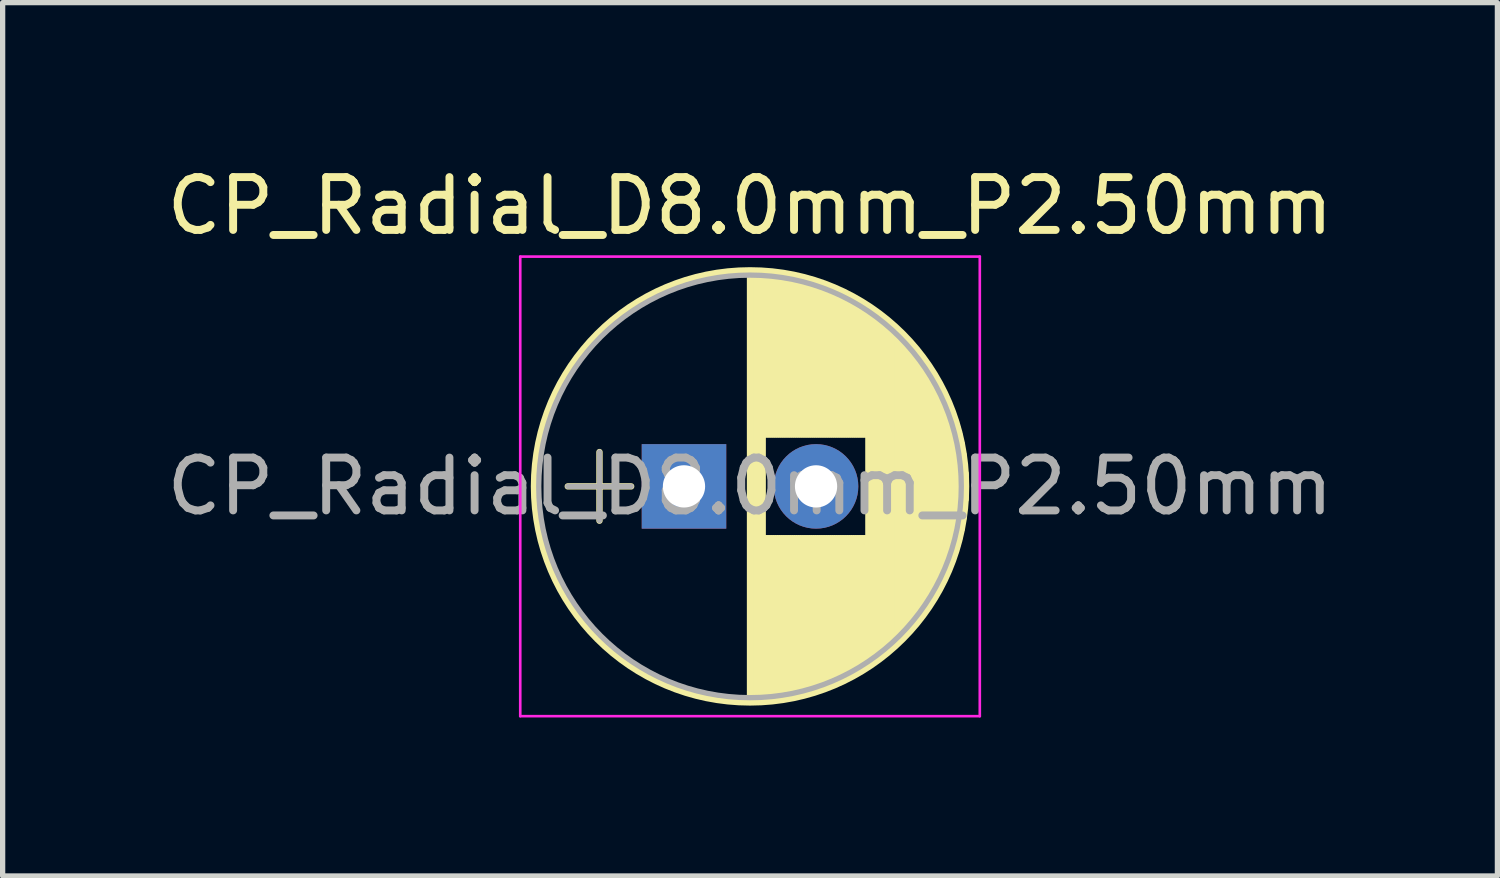
<source format=kicad_pcb>
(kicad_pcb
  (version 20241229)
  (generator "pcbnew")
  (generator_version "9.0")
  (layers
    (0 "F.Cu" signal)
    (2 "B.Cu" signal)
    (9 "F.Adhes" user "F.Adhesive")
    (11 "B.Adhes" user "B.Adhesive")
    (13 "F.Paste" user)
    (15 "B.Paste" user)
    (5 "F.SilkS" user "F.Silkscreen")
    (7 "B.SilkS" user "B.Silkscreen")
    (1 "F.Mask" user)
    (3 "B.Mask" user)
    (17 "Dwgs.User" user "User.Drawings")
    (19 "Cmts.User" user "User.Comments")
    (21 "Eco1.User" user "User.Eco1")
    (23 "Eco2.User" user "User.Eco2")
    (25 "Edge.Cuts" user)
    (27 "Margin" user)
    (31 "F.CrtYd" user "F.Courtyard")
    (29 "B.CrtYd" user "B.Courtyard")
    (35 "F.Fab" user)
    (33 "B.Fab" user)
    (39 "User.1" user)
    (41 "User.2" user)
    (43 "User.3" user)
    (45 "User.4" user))
  (footprint "CP_Radial_D8.0mm_P2.50mm"
    (layer "F.Cu")
    (at 9.899 6.158)
    (property "Reference" "CP_Radial_D8.0mm_P2.50mm" (at 1.25 -5.31 0) (layer "F.SilkS") (effects (font (size 1 1) (thickness 0.15))))
    (attr through_hole)
    (fp_line (start -2.2 0) (end -1 0) (stroke (width 0.12) (type solid)) (layer "F.SilkS"))
    (fp_line (start -1.6 -0.65) (end -1.6 0.65) (stroke (width 0.12) (type solid)) (layer "F.SilkS"))
    (fp_line (start 1.25 -4.05) (end 1.25 4.05) (stroke (width 0.12) (type solid)) (layer "F.SilkS"))
    (fp_line (start 1.29 -4.05) (end 1.29 4.05) (stroke (width 0.12) (type solid)) (layer "F.SilkS"))
    (fp_line (start 1.33 -4.05) (end 1.33 4.05) (stroke (width 0.12) (type solid)) (layer "F.SilkS"))
    (fp_line (start 1.37 -4.049) (end 1.37 4.049) (stroke (width 0.12) (type solid)) (layer "F.SilkS"))
    (fp_line (start 1.41 -4.047) (end 1.41 4.047) (stroke (width 0.12) (type solid)) (layer "F.SilkS"))
    (fp_line (start 1.45 -4.046) (end 1.45 4.046) (stroke (width 0.12) (type solid)) (layer "F.SilkS"))
    (fp_line (start 1.49 -4.043) (end 1.49 4.043) (stroke (width 0.12) (type solid)) (layer "F.SilkS"))
    (fp_line (start 1.53 -4.041) (end 1.53 -0.98) (stroke (width 0.12) (type solid)) (layer "F.SilkS"))
    (fp_line (start 1.53 0.98) (end 1.53 4.041) (stroke (width 0.12) (type solid)) (layer "F.SilkS"))
    (fp_line (start 1.57 -4.038) (end 1.57 -0.98) (stroke (width 0.12) (type solid)) (layer "F.SilkS"))
    (fp_line (start 1.57 0.98) (end 1.57 4.038) (stroke (width 0.12) (type solid)) (layer "F.SilkS"))
    (fp_line (start 1.61 -4.035) (end 1.61 -0.98) (stroke (width 0.12) (type solid)) (layer "F.SilkS"))
    (fp_line (start 1.61 0.98) (end 1.61 4.035) (stroke (width 0.12) (type solid)) (layer "F.SilkS"))
    (fp_line (start 1.65 -4.031) (end 1.65 -0.98) (stroke (width 0.12) (type solid)) (layer "F.SilkS"))
    (fp_line (start 1.65 0.98) (end 1.65 4.031) (stroke (width 0.12) (type solid)) (layer "F.SilkS"))
    (fp_line (start 1.69 -4.027) (end 1.69 -0.98) (stroke (width 0.12) (type solid)) (layer "F.SilkS"))
    (fp_line (start 1.69 0.98) (end 1.69 4.027) (stroke (width 0.12) (type solid)) (layer "F.SilkS"))
    (fp_line (start 1.73 -4.022) (end 1.73 -0.98) (stroke (width 0.12) (type solid)) (layer "F.SilkS"))
    (fp_line (start 1.73 0.98) (end 1.73 4.022) (stroke (width 0.12) (type solid)) (layer "F.SilkS"))
    (fp_line (start 1.77 -4.017) (end 1.77 -0.98) (stroke (width 0.12) (type solid)) (layer "F.SilkS"))
    (fp_line (start 1.77 0.98) (end 1.77 4.017) (stroke (width 0.12) (type solid)) (layer "F.SilkS"))
    (fp_line (start 1.81 -4.012) (end 1.81 -0.98) (stroke (width 0.12) (type solid)) (layer "F.SilkS"))
    (fp_line (start 1.81 0.98) (end 1.81 4.012) (stroke (width 0.12) (type solid)) (layer "F.SilkS"))
    (fp_line (start 1.85 -4.006) (end 1.85 -0.98) (stroke (width 0.12) (type solid)) (layer "F.SilkS"))
    (fp_line (start 1.85 0.98) (end 1.85 4.006) (stroke (width 0.12) (type solid)) (layer "F.SilkS"))
    (fp_line (start 1.89 -4) (end 1.89 -0.98) (stroke (width 0.12) (type solid)) (layer "F.SilkS"))
    (fp_line (start 1.89 0.98) (end 1.89 4) (stroke (width 0.12) (type solid)) (layer "F.SilkS"))
    (fp_line (start 1.93 -3.994) (end 1.93 -0.98) (stroke (width 0.12) (type solid)) (layer "F.SilkS"))
    (fp_line (start 1.93 0.98) (end 1.93 3.994) (stroke (width 0.12) (type solid)) (layer "F.SilkS"))
    (fp_line (start 1.971 -3.987) (end 1.971 -0.98) (stroke (width 0.12) (type solid)) (layer "F.SilkS"))
    (fp_line (start 1.971 0.98) (end 1.971 3.987) (stroke (width 0.12) (type solid)) (layer "F.SilkS"))
    (fp_line (start 2.011 -3.979) (end 2.011 -0.98) (stroke (width 0.12) (type solid)) (layer "F.SilkS"))
    (fp_line (start 2.011 0.98) (end 2.011 3.979) (stroke (width 0.12) (type solid)) (layer "F.SilkS"))
    (fp_line (start 2.051 -3.971) (end 2.051 -0.98) (stroke (width 0.12) (type solid)) (layer "F.SilkS"))
    (fp_line (start 2.051 0.98) (end 2.051 3.971) (stroke (width 0.12) (type solid)) (layer "F.SilkS"))
    (fp_line (start 2.091 -3.963) (end 2.091 -0.98) (stroke (width 0.12) (type solid)) (layer "F.SilkS"))
    (fp_line (start 2.091 0.98) (end 2.091 3.963) (stroke (width 0.12) (type solid)) (layer "F.SilkS"))
    (fp_line (start 2.131 -3.955) (end 2.131 -0.98) (stroke (width 0.12) (type solid)) (layer "F.SilkS"))
    (fp_line (start 2.131 0.98) (end 2.131 3.955) (stroke (width 0.12) (type solid)) (layer "F.SilkS"))
    (fp_line (start 2.171 -3.946) (end 2.171 -0.98) (stroke (width 0.12) (type solid)) (layer "F.SilkS"))
    (fp_line (start 2.171 0.98) (end 2.171 3.946) (stroke (width 0.12) (type solid)) (layer "F.SilkS"))
    (fp_line (start 2.211 -3.936) (end 2.211 -0.98) (stroke (width 0.12) (type solid)) (layer "F.SilkS"))
    (fp_line (start 2.211 0.98) (end 2.211 3.936) (stroke (width 0.12) (type solid)) (layer "F.SilkS"))
    (fp_line (start 2.251 -3.926) (end 2.251 -0.98) (stroke (width 0.12) (type solid)) (layer "F.SilkS"))
    (fp_line (start 2.251 0.98) (end 2.251 3.926) (stroke (width 0.12) (type solid)) (layer "F.SilkS"))
    (fp_line (start 2.291 -3.916) (end 2.291 -0.98) (stroke (width 0.12) (type solid)) (layer "F.SilkS"))
    (fp_line (start 2.291 0.98) (end 2.291 3.916) (stroke (width 0.12) (type solid)) (layer "F.SilkS"))
    (fp_line (start 2.331 -3.905) (end 2.331 -0.98) (stroke (width 0.12) (type solid)) (layer "F.SilkS"))
    (fp_line (start 2.331 0.98) (end 2.331 3.905) (stroke (width 0.12) (type solid)) (layer "F.SilkS"))
    (fp_line (start 2.371 -3.894) (end 2.371 -0.98) (stroke (width 0.12) (type solid)) (layer "F.SilkS"))
    (fp_line (start 2.371 0.98) (end 2.371 3.894) (stroke (width 0.12) (type solid)) (layer "F.SilkS"))
    (fp_line (start 2.411 -3.883) (end 2.411 -0.98) (stroke (width 0.12) (type solid)) (layer "F.SilkS"))
    (fp_line (start 2.411 0.98) (end 2.411 3.883) (stroke (width 0.12) (type solid)) (layer "F.SilkS"))
    (fp_line (start 2.451 -3.87) (end 2.451 -0.98) (stroke (width 0.12) (type solid)) (layer "F.SilkS"))
    (fp_line (start 2.451 0.98) (end 2.451 3.87) (stroke (width 0.12) (type solid)) (layer "F.SilkS"))
    (fp_line (start 2.491 -3.858) (end 2.491 -0.98) (stroke (width 0.12) (type solid)) (layer "F.SilkS"))
    (fp_line (start 2.491 0.98) (end 2.491 3.858) (stroke (width 0.12) (type solid)) (layer "F.SilkS"))
    (fp_line (start 2.531 -3.845) (end 2.531 -0.98) (stroke (width 0.12) (type solid)) (layer "F.SilkS"))
    (fp_line (start 2.531 0.98) (end 2.531 3.845) (stroke (width 0.12) (type solid)) (layer "F.SilkS"))
    (fp_line (start 2.571 -3.832) (end 2.571 -0.98) (stroke (width 0.12) (type solid)) (layer "F.SilkS"))
    (fp_line (start 2.571 0.98) (end 2.571 3.832) (stroke (width 0.12) (type solid)) (layer "F.SilkS"))
    (fp_line (start 2.611 -3.818) (end 2.611 -0.98) (stroke (width 0.12) (type solid)) (layer "F.SilkS"))
    (fp_line (start 2.611 0.98) (end 2.611 3.818) (stroke (width 0.12) (type solid)) (layer "F.SilkS"))
    (fp_line (start 2.651 -3.803) (end 2.651 -0.98) (stroke (width 0.12) (type solid)) (layer "F.SilkS"))
    (fp_line (start 2.651 0.98) (end 2.651 3.803) (stroke (width 0.12) (type solid)) (layer "F.SilkS"))
    (fp_line (start 2.691 -3.789) (end 2.691 -0.98) (stroke (width 0.12) (type solid)) (layer "F.SilkS"))
    (fp_line (start 2.691 0.98) (end 2.691 3.789) (stroke (width 0.12) (type solid)) (layer "F.SilkS"))
    (fp_line (start 2.731 -3.773) (end 2.731 -0.98) (stroke (width 0.12) (type solid)) (layer "F.SilkS"))
    (fp_line (start 2.731 0.98) (end 2.731 3.773) (stroke (width 0.12) (type solid)) (layer "F.SilkS"))
    (fp_line (start 2.771 -3.758) (end 2.771 -0.98) (stroke (width 0.12) (type solid)) (layer "F.SilkS"))
    (fp_line (start 2.771 0.98) (end 2.771 3.758) (stroke (width 0.12) (type solid)) (layer "F.SilkS"))
    (fp_line (start 2.811 -3.741) (end 2.811 -0.98) (stroke (width 0.12) (type solid)) (layer "F.SilkS"))
    (fp_line (start 2.811 0.98) (end 2.811 3.741) (stroke (width 0.12) (type solid)) (layer "F.SilkS"))
    (fp_line (start 2.851 -3.725) (end 2.851 -0.98) (stroke (width 0.12) (type solid)) (layer "F.SilkS"))
    (fp_line (start 2.851 0.98) (end 2.851 3.725) (stroke (width 0.12) (type solid)) (layer "F.SilkS"))
    (fp_line (start 2.891 -3.707) (end 2.891 -0.98) (stroke (width 0.12) (type solid)) (layer "F.SilkS"))
    (fp_line (start 2.891 0.98) (end 2.891 3.707) (stroke (width 0.12) (type solid)) (layer "F.SilkS"))
    (fp_line (start 2.931 -3.69) (end 2.931 -0.98) (stroke (width 0.12) (type solid)) (layer "F.SilkS"))
    (fp_line (start 2.931 0.98) (end 2.931 3.69) (stroke (width 0.12) (type solid)) (layer "F.SilkS"))
    (fp_line (start 2.971 -3.671) (end 2.971 -0.98) (stroke (width 0.12) (type solid)) (layer "F.SilkS"))
    (fp_line (start 2.971 0.98) (end 2.971 3.671) (stroke (width 0.12) (type solid)) (layer "F.SilkS"))
    (fp_line (start 3.011 -3.652) (end 3.011 -0.98) (stroke (width 0.12) (type solid)) (layer "F.SilkS"))
    (fp_line (start 3.011 0.98) (end 3.011 3.652) (stroke (width 0.12) (type solid)) (layer "F.SilkS"))
    (fp_line (start 3.051 -3.633) (end 3.051 -0.98) (stroke (width 0.12) (type solid)) (layer "F.SilkS"))
    (fp_line (start 3.051 0.98) (end 3.051 3.633) (stroke (width 0.12) (type solid)) (layer "F.SilkS"))
    (fp_line (start 3.091 -3.613) (end 3.091 -0.98) (stroke (width 0.12) (type solid)) (layer "F.SilkS"))
    (fp_line (start 3.091 0.98) (end 3.091 3.613) (stroke (width 0.12) (type solid)) (layer "F.SilkS"))
    (fp_line (start 3.131 -3.593) (end 3.131 -0.98) (stroke (width 0.12) (type solid)) (layer "F.SilkS"))
    (fp_line (start 3.131 0.98) (end 3.131 3.593) (stroke (width 0.12) (type solid)) (layer "F.SilkS"))
    (fp_line (start 3.171 -3.572) (end 3.171 -0.98) (stroke (width 0.12) (type solid)) (layer "F.SilkS"))
    (fp_line (start 3.171 0.98) (end 3.171 3.572) (stroke (width 0.12) (type solid)) (layer "F.SilkS"))
    (fp_line (start 3.211 -3.55) (end 3.211 -0.98) (stroke (width 0.12) (type solid)) (layer "F.SilkS"))
    (fp_line (start 3.211 0.98) (end 3.211 3.55) (stroke (width 0.12) (type solid)) (layer "F.SilkS"))
    (fp_line (start 3.251 -3.528) (end 3.251 -0.98) (stroke (width 0.12) (type solid)) (layer "F.SilkS"))
    (fp_line (start 3.251 0.98) (end 3.251 3.528) (stroke (width 0.12) (type solid)) (layer "F.SilkS"))
    (fp_line (start 3.291 -3.505) (end 3.291 -0.98) (stroke (width 0.12) (type solid)) (layer "F.SilkS"))
    (fp_line (start 3.291 0.98) (end 3.291 3.505) (stroke (width 0.12) (type solid)) (layer "F.SilkS"))
    (fp_line (start 3.331 -3.482) (end 3.331 -0.98) (stroke (width 0.12) (type solid)) (layer "F.SilkS"))
    (fp_line (start 3.331 0.98) (end 3.331 3.482) (stroke (width 0.12) (type solid)) (layer "F.SilkS"))
    (fp_line (start 3.371 -3.458) (end 3.371 -0.98) (stroke (width 0.12) (type solid)) (layer "F.SilkS"))
    (fp_line (start 3.371 0.98) (end 3.371 3.458) (stroke (width 0.12) (type solid)) (layer "F.SilkS"))
    (fp_line (start 3.411 -3.434) (end 3.411 -0.98) (stroke (width 0.12) (type solid)) (layer "F.SilkS"))
    (fp_line (start 3.411 0.98) (end 3.411 3.434) (stroke (width 0.12) (type solid)) (layer "F.SilkS"))
    (fp_line (start 3.451 -3.408) (end 3.451 -0.98) (stroke (width 0.12) (type solid)) (layer "F.SilkS"))
    (fp_line (start 3.451 0.98) (end 3.451 3.408) (stroke (width 0.12) (type solid)) (layer "F.SilkS"))
    (fp_line (start 3.491 -3.383) (end 3.491 3.383) (stroke (width 0.12) (type solid)) (layer "F.SilkS"))
    (fp_line (start 3.531 -3.356) (end 3.531 3.356) (stroke (width 0.12) (type solid)) (layer "F.SilkS"))
    (fp_line (start 3.571 -3.329) (end 3.571 3.329) (stroke (width 0.12) (type solid)) (layer "F.SilkS"))
    (fp_line (start 3.611 -3.301) (end 3.611 3.301) (stroke (width 0.12) (type solid)) (layer "F.SilkS"))
    (fp_line (start 3.651 -3.272) (end 3.651 3.272) (stroke (width 0.12) (type solid)) (layer "F.SilkS"))
    (fp_line (start 3.691 -3.243) (end 3.691 3.243) (stroke (width 0.12) (type solid)) (layer "F.SilkS"))
    (fp_line (start 3.731 -3.213) (end 3.731 3.213) (stroke (width 0.12) (type solid)) (layer "F.SilkS"))
    (fp_line (start 3.771 -3.182) (end 3.771 3.182) (stroke (width 0.12) (type solid)) (layer "F.SilkS"))
    (fp_line (start 3.811 -3.15) (end 3.811 3.15) (stroke (width 0.12) (type solid)) (layer "F.SilkS"))
    (fp_line (start 3.851 -3.118) (end 3.851 3.118) (stroke (width 0.12) (type solid)) (layer "F.SilkS"))
    (fp_line (start 3.891 -3.084) (end 3.891 3.084) (stroke (width 0.12) (type solid)) (layer "F.SilkS"))
    (fp_line (start 3.931 -3.05) (end 3.931 3.05) (stroke (width 0.12) (type solid)) (layer "F.SilkS"))
    (fp_line (start 3.971 -3.015) (end 3.971 3.015) (stroke (width 0.12) (type solid)) (layer "F.SilkS"))
    (fp_line (start 4.011 -2.979) (end 4.011 2.979) (stroke (width 0.12) (type solid)) (layer "F.SilkS"))
    (fp_line (start 4.051 -2.942) (end 4.051 2.942) (stroke (width 0.12) (type solid)) (layer "F.SilkS"))
    (fp_line (start 4.091 -2.904) (end 4.091 2.904) (stroke (width 0.12) (type solid)) (layer "F.SilkS"))
    (fp_line (start 4.131 -2.865) (end 4.131 2.865) (stroke (width 0.12) (type solid)) (layer "F.SilkS"))
    (fp_line (start 4.171 -2.824) (end 4.171 2.824) (stroke (width 0.12) (type solid)) (layer "F.SilkS"))
    (fp_line (start 4.211 -2.783) (end 4.211 2.783) (stroke (width 0.12) (type solid)) (layer "F.SilkS"))
    (fp_line (start 4.251 -2.74) (end 4.251 2.74) (stroke (width 0.12) (type solid)) (layer "F.SilkS"))
    (fp_line (start 4.291 -2.697) (end 4.291 2.697) (stroke (width 0.12) (type solid)) (layer "F.SilkS"))
    (fp_line (start 4.331 -2.652) (end 4.331 2.652) (stroke (width 0.12) (type solid)) (layer "F.SilkS"))
    (fp_line (start 4.371 -2.605) (end 4.371 2.605) (stroke (width 0.12) (type solid)) (layer "F.SilkS"))
    (fp_line (start 4.411 -2.557) (end 4.411 2.557) (stroke (width 0.12) (type solid)) (layer "F.SilkS"))
    (fp_line (start 4.451 -2.508) (end 4.451 2.508) (stroke (width 0.12) (type solid)) (layer "F.SilkS"))
    (fp_line (start 4.491 -2.457) (end 4.491 2.457) (stroke (width 0.12) (type solid)) (layer "F.SilkS"))
    (fp_line (start 4.531 -2.404) (end 4.531 2.404) (stroke (width 0.12) (type solid)) (layer "F.SilkS"))
    (fp_line (start 4.571 -2.349) (end 4.571 2.349) (stroke (width 0.12) (type solid)) (layer "F.SilkS"))
    (fp_line (start 4.611 -2.293) (end 4.611 2.293) (stroke (width 0.12) (type solid)) (layer "F.SilkS"))
    (fp_line (start 4.651 -2.234) (end 4.651 2.234) (stroke (width 0.12) (type solid)) (layer "F.SilkS"))
    (fp_line (start 4.691 -2.173) (end 4.691 2.173) (stroke (width 0.12) (type solid)) (layer "F.SilkS"))
    (fp_line (start 4.731 -2.109) (end 4.731 2.109) (stroke (width 0.12) (type solid)) (layer "F.SilkS"))
    (fp_line (start 4.771 -2.043) (end 4.771 2.043) (stroke (width 0.12) (type solid)) (layer "F.SilkS"))
    (fp_line (start 4.811 -1.974) (end 4.811 1.974) (stroke (width 0.12) (type solid)) (layer "F.SilkS"))
    (fp_line (start 4.851 -1.902) (end 4.851 1.902) (stroke (width 0.12) (type solid)) (layer "F.SilkS"))
    (fp_line (start 4.891 -1.826) (end 4.891 1.826) (stroke (width 0.12) (type solid)) (layer "F.SilkS"))
    (fp_line (start 4.931 -1.745) (end 4.931 1.745) (stroke (width 0.12) (type solid)) (layer "F.SilkS"))
    (fp_line (start 4.971 -1.66) (end 4.971 1.66) (stroke (width 0.12) (type solid)) (layer "F.SilkS"))
    (fp_line (start 5.011 -1.57) (end 5.011 1.57) (stroke (width 0.12) (type solid)) (layer "F.SilkS"))
    (fp_line (start 5.051 -1.473) (end 5.051 1.473) (stroke (width 0.12) (type solid)) (layer "F.SilkS"))
    (fp_line (start 5.091 -1.369) (end 5.091 1.369) (stroke (width 0.12) (type solid)) (layer "F.SilkS"))
    (fp_line (start 5.131 -1.254) (end 5.131 1.254) (stroke (width 0.12) (type solid)) (layer "F.SilkS"))
    (fp_line (start 5.171 -1.127) (end 5.171 1.127) (stroke (width 0.12) (type solid)) (layer "F.SilkS"))
    (fp_line (start 5.211 -0.983) (end 5.211 0.983) (stroke (width 0.12) (type solid)) (layer "F.SilkS"))
    (fp_line (start 5.251 -0.814) (end 5.251 0.814) (stroke (width 0.12) (type solid)) (layer "F.SilkS"))
    (fp_line (start 5.291 -0.598) (end 5.291 0.598) (stroke (width 0.12) (type solid)) (layer "F.SilkS"))
    (fp_line (start 5.331 -0.246) (end 5.331 0.246) (stroke (width 0.12) (type solid)) (layer "F.SilkS"))
    (fp_circle (center 1.25 0) (end 5.34 0) (stroke (width 0.12) (type solid)) (fill no) (layer "F.SilkS"))
    (fp_line (start -3.1 -4.35) (end -3.1 4.35) (stroke (width 0.05) (type solid)) (layer "F.CrtYd"))
    (fp_line (start -3.1 4.35) (end 5.6 4.35) (stroke (width 0.05) (type solid)) (layer "F.CrtYd"))
    (fp_line (start 5.6 -4.35) (end -3.1 -4.35) (stroke (width 0.05) (type solid)) (layer "F.CrtYd"))
    (fp_line (start 5.6 4.35) (end 5.6 -4.35) (stroke (width 0.05) (type solid)) (layer "F.CrtYd"))
    (fp_line (start -2.2 0) (end -1 0) (stroke (width 0.1) (type solid)) (layer "F.Fab"))
    (fp_line (start -1.6 -0.65) (end -1.6 0.65) (stroke (width 0.1) (type solid)) (layer "F.Fab"))
    (fp_circle (center 1.25 0) (end 5.25 0) (stroke (width 0.1) (type solid)) (fill no) (layer "F.Fab"))
    (fp_text user "${REFERENCE}" (at 1.25 0 0) (layer "F.Fab") (effects (font (size 1 1) (thickness 0.15))))
    (pad "1" thru_hole rect (at 0 0) (size 1.6 1.6) (drill 0.8) (layers "*.Cu" "*.Mask"))
    (pad "2" thru_hole circle (at 2.5 0) (size 1.6 1.6) (drill 0.8) (layers "*.Cu" "*.Mask")))
  (gr_rect
    (start -3 -3)
    (end 25.298 13.533)
    (stroke (width 0.1) (type default))
    (fill no)
    (layer "Edge.Cuts")))
</source>
